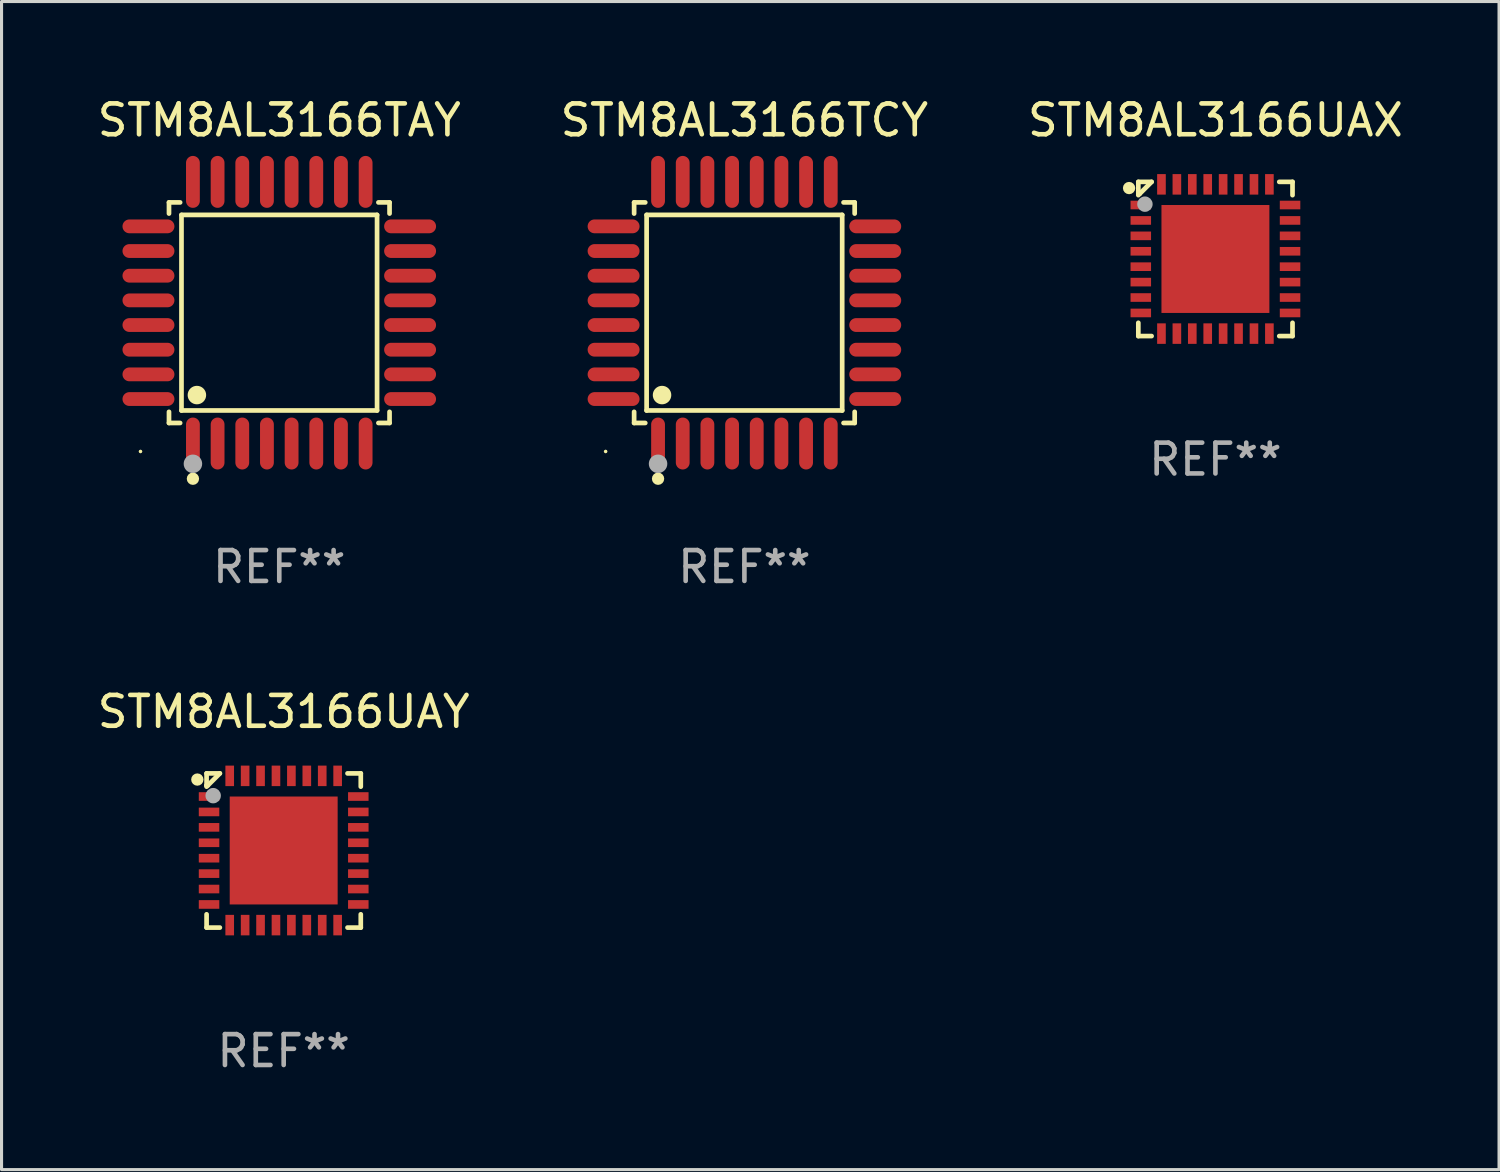
<source format=kicad_pcb>
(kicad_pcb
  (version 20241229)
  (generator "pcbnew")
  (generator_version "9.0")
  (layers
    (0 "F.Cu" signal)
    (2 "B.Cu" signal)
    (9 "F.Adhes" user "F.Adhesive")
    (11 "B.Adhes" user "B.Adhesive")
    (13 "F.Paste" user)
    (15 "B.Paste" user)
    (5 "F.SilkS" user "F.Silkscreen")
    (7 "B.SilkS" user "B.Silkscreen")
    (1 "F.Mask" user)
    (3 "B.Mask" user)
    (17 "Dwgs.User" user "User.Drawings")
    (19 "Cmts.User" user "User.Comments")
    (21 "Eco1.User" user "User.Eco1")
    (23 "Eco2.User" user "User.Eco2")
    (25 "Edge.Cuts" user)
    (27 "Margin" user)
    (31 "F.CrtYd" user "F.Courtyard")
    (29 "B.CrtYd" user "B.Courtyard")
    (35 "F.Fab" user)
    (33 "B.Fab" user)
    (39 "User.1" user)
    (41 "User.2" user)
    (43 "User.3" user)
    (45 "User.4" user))
  (footprint "STM8AL3166UAX"
    (layer "F.Cu")
    (at 36.363 5.348)
    (property "Reference" "STM8AL3166UAX" (at 0 -4.5 0) (layer "F.SilkS") (effects (font (size 1 1) (thickness 0.15))))
    (attr through_hole)
    (fp_line (start -2.5 -2.5) (end -2.07 -2.5) (stroke (width 0.152) (type solid)) (layer "F.SilkS"))
    (fp_line (start -2.5 -2.11) (end -2.5 -2.5) (stroke (width 0.152) (type solid)) (layer "F.SilkS"))
    (fp_line (start -2.5 -2.11) (end -2.5 -2.07) (stroke (width 0.152) (type solid)) (layer "F.SilkS"))
    (fp_line (start -2.5 -2.11) (end -2.46 -2.11) (stroke (width 0.152) (type solid)) (layer "F.SilkS"))
    (fp_line (start -2.5 2.5) (end -2.5 2.07) (stroke (width 0.152) (type solid)) (layer "F.SilkS"))
    (fp_line (start -2.46 -2.11) (end -2.07 -2.5) (stroke (width 0.152) (type solid)) (layer "F.SilkS"))
    (fp_line (start -2.07 2.5) (end -2.5 2.5) (stroke (width 0.152) (type solid)) (layer "F.SilkS"))
    (fp_line (start 2.07 -2.5) (end 2.5 -2.5) (stroke (width 0.152) (type solid)) (layer "F.SilkS"))
    (fp_line (start 2.5 -2.5) (end 2.5 -2.07) (stroke (width 0.152) (type solid)) (layer "F.SilkS"))
    (fp_line (start 2.5 2.07) (end 2.5 2.5) (stroke (width 0.152) (type solid)) (layer "F.SilkS"))
    (fp_line (start 2.5 2.5) (end 2.07 2.5) (stroke (width 0.152) (type solid)) (layer "F.SilkS"))
    (fp_circle (center -2.8 -2.3) (end -2.7 -2.3) (stroke (width 0.2) (type solid)) (fill no) (layer "F.SilkS"))
    (fp_circle (center -2.5 -2.5) (end -2.47 -2.5) (stroke (width 0.06) (type solid)) (fill no) (layer "F.SilkS"))
    (fp_circle (center -2.286 -1.778) (end -2.161 -1.778) (stroke (width 0.25) (type solid)) (fill no) (layer "F.Fab"))
    (fp_text user "REF**" (at 0 6.5 0) (layer "F.Fab") (effects (font (size 1 1) (thickness 0.15))))
    (pad "1" smd rect (at -2.42 -1.75 270) (size 0.28 0.665) (layers "F.Cu" "F.Mask" "F.Paste"))
    (pad "2" smd rect (at -2.42 -1.25 270) (size 0.28 0.665) (layers "F.Cu" "F.Mask" "F.Paste"))
    (pad "3" smd rect (at -2.42 -0.75 270) (size 0.28 0.665) (layers "F.Cu" "F.Mask" "F.Paste"))
    (pad "4" smd rect (at -2.42 -0.25 270) (size 0.28 0.665) (layers "F.Cu" "F.Mask" "F.Paste"))
    (pad "5" smd rect (at -2.42 0.25 270) (size 0.28 0.665) (layers "F.Cu" "F.Mask" "F.Paste"))
    (pad "6" smd rect (at -2.42 0.75 270) (size 0.28 0.665) (layers "F.Cu" "F.Mask" "F.Paste"))
    (pad "7" smd rect (at -2.42 1.25 270) (size 0.28 0.665) (layers "F.Cu" "F.Mask" "F.Paste"))
    (pad "8" smd rect (at -2.42 1.75 270) (size 0.28 0.665) (layers "F.Cu" "F.Mask" "F.Paste"))
    (pad "9" smd rect (at -1.75 2.42 270) (size 0.665 0.28) (layers "F.Cu" "F.Mask" "F.Paste"))
    (pad "10" smd rect (at -1.25 2.42 270) (size 0.665 0.28) (layers "F.Cu" "F.Mask" "F.Paste"))
    (pad "11" smd rect (at -0.75 2.42 270) (size 0.665 0.28) (layers "F.Cu" "F.Mask" "F.Paste"))
    (pad "12" smd rect (at -0.25 2.42 270) (size 0.665 0.28) (layers "F.Cu" "F.Mask" "F.Paste"))
    (pad "13" smd rect (at 0.25 2.42 270) (size 0.665 0.28) (layers "F.Cu" "F.Mask" "F.Paste"))
    (pad "14" smd rect (at 0.75 2.42 270) (size 0.665 0.28) (layers "F.Cu" "F.Mask" "F.Paste"))
    (pad "15" smd rect (at 1.25 2.42 270) (size 0.665 0.28) (layers "F.Cu" "F.Mask" "F.Paste"))
    (pad "16" smd rect (at 1.75 2.42 270) (size 0.665 0.28) (layers "F.Cu" "F.Mask" "F.Paste"))
    (pad "17" smd rect (at 2.42 1.75 270) (size 0.28 0.665) (layers "F.Cu" "F.Mask" "F.Paste"))
    (pad "18" smd rect (at 2.42 1.25 270) (size 0.28 0.665) (layers "F.Cu" "F.Mask" "F.Paste"))
    (pad "19" smd rect (at 2.42 0.75 270) (size 0.28 0.665) (layers "F.Cu" "F.Mask" "F.Paste"))
    (pad "20" smd rect (at 2.42 0.25 270) (size 0.28 0.665) (layers "F.Cu" "F.Mask" "F.Paste"))
    (pad "21" smd rect (at 2.42 -0.25 270) (size 0.28 0.665) (layers "F.Cu" "F.Mask" "F.Paste"))
    (pad "22" smd rect (at 2.42 -0.75 270) (size 0.28 0.665) (layers "F.Cu" "F.Mask" "F.Paste"))
    (pad "23" smd rect (at 2.42 -1.25 270) (size 0.28 0.665) (layers "F.Cu" "F.Mask" "F.Paste"))
    (pad "24" smd rect (at 2.42 -1.75 270) (size 0.28 0.665) (layers "F.Cu" "F.Mask" "F.Paste"))
    (pad "25" smd rect (at 1.75 -2.42 270) (size 0.665 0.28) (layers "F.Cu" "F.Mask" "F.Paste"))
    (pad "26" smd rect (at 1.25 -2.42 270) (size 0.665 0.28) (layers "F.Cu" "F.Mask" "F.Paste"))
    (pad "27" smd rect (at 0.75 -2.42 270) (size 0.665 0.28) (layers "F.Cu" "F.Mask" "F.Paste"))
    (pad "28" smd rect (at 0.25 -2.42 270) (size 0.665 0.28) (layers "F.Cu" "F.Mask" "F.Paste"))
    (pad "29" smd rect (at -0.25 -2.42 270) (size 0.665 0.28) (layers "F.Cu" "F.Mask" "F.Paste"))
    (pad "30" smd rect (at -0.75 -2.42 270) (size 0.665 0.28) (layers "F.Cu" "F.Mask" "F.Paste"))
    (pad "31" smd rect (at -1.25 -2.42 270) (size 0.665 0.28) (layers "F.Cu" "F.Mask" "F.Paste"))
    (pad "32" smd rect (at -1.75 -2.42 270) (size 0.665 0.28) (layers "F.Cu" "F.Mask" "F.Paste"))
    (pad "33" smd rect (at 0 0 270) (size 3.5 3.5) (layers "F.Cu" "F.Mask" "F.Paste")))
  (footprint "STM8AL3166TAY"
    (layer "F.Cu")
    (at 6.006 7.09)
    (property "Reference" "STM8AL3166TAY" (at 0 -6.242 0) (layer "F.SilkS") (effects (font (size 1 1) (thickness 0.15))))
    (attr through_hole)
    (fp_line (start -3.576 -3.576) (end -3.215 -3.576) (stroke (width 0.152) (type solid)) (layer "F.SilkS"))
    (fp_line (start -3.576 -3.215) (end -3.576 -3.576) (stroke (width 0.152) (type solid)) (layer "F.SilkS"))
    (fp_line (start -3.576 3.215) (end -3.576 3.576) (stroke (width 0.152) (type solid)) (layer "F.SilkS"))
    (fp_line (start -3.576 3.576) (end -3.215 3.576) (stroke (width 0.152) (type solid)) (layer "F.SilkS"))
    (fp_line (start -3.171 -3.171) (end 3.171 -3.171) (stroke (width 0.152) (type solid)) (layer "F.SilkS"))
    (fp_line (start -3.171 3.171) (end -3.171 -3.171) (stroke (width 0.152) (type solid)) (layer "F.SilkS"))
    (fp_line (start 3.171 -3.171) (end 3.171 3.171) (stroke (width 0.152) (type solid)) (layer "F.SilkS"))
    (fp_line (start 3.171 3.171) (end -3.171 3.171) (stroke (width 0.152) (type solid)) (layer "F.SilkS"))
    (fp_line (start 3.576 -3.576) (end 3.215 -3.576) (stroke (width 0.152) (type solid)) (layer "F.SilkS"))
    (fp_line (start 3.576 -3.215) (end 3.576 -3.576) (stroke (width 0.152) (type solid)) (layer "F.SilkS"))
    (fp_line (start 3.576 3.215) (end 3.576 3.576) (stroke (width 0.152) (type solid)) (layer "F.SilkS"))
    (fp_line (start 3.576 3.576) (end 3.215 3.576) (stroke (width 0.152) (type solid)) (layer "F.SilkS"))
    (fp_circle (center -4.5 4.5) (end -4.47 4.5) (stroke (width 0.06) (type solid)) (fill no) (layer "F.SilkS"))
    (fp_circle (center -2.8 5.384) (end -2.7 5.384) (stroke (width 0.2) (type solid)) (fill no) (layer "F.SilkS"))
    (fp_circle (center -2.671 2.671) (end -2.521 2.671) (stroke (width 0.3) (type solid)) (fill no) (layer "F.SilkS"))
    (fp_circle (center -2.8 4.9) (end -2.65 4.9) (stroke (width 0.3) (type solid)) (fill no) (layer "F.Fab"))
    (fp_text user "REF**" (at 0 8.242 0) (layer "F.Fab") (effects (font (size 1 1) (thickness 0.15))))
    (pad "1" smd oval (at -2.8 4.242) (size 0.448 1.684) (layers "F.Cu" "F.Mask" "F.Paste"))
    (pad "2" smd oval (at -2 4.242) (size 0.448 1.684) (layers "F.Cu" "F.Mask" "F.Paste"))
    (pad "3" smd oval (at -1.2 4.242) (size 0.448 1.684) (layers "F.Cu" "F.Mask" "F.Paste"))
    (pad "4" smd oval (at -0.4 4.242) (size 0.448 1.684) (layers "F.Cu" "F.Mask" "F.Paste"))
    (pad "5" smd oval (at 0.4 4.242) (size 0.448 1.684) (layers "F.Cu" "F.Mask" "F.Paste"))
    (pad "6" smd oval (at 1.2 4.242) (size 0.448 1.684) (layers "F.Cu" "F.Mask" "F.Paste"))
    (pad "7" smd oval (at 2 4.242) (size 0.448 1.684) (layers "F.Cu" "F.Mask" "F.Paste"))
    (pad "8" smd oval (at 2.8 4.242) (size 0.448 1.684) (layers "F.Cu" "F.Mask" "F.Paste"))
    (pad "9" smd oval (at 4.242 2.8) (size 1.684 0.448) (layers "F.Cu" "F.Mask" "F.Paste"))
    (pad "10" smd oval (at 4.242 2) (size 1.684 0.448) (layers "F.Cu" "F.Mask" "F.Paste"))
    (pad "11" smd oval (at 4.242 1.2) (size 1.684 0.448) (layers "F.Cu" "F.Mask" "F.Paste"))
    (pad "12" smd oval (at 4.242 0.4) (size 1.684 0.448) (layers "F.Cu" "F.Mask" "F.Paste"))
    (pad "13" smd oval (at 4.242 -0.4) (size 1.684 0.448) (layers "F.Cu" "F.Mask" "F.Paste"))
    (pad "14" smd oval (at 4.242 -1.2) (size 1.684 0.448) (layers "F.Cu" "F.Mask" "F.Paste"))
    (pad "15" smd oval (at 4.242 -2) (size 1.684 0.448) (layers "F.Cu" "F.Mask" "F.Paste"))
    (pad "16" smd oval (at 4.242 -2.8) (size 1.684 0.448) (layers "F.Cu" "F.Mask" "F.Paste"))
    (pad "17" smd oval (at 2.8 -4.242) (size 0.448 1.684) (layers "F.Cu" "F.Mask" "F.Paste"))
    (pad "18" smd oval (at 2 -4.242) (size 0.448 1.684) (layers "F.Cu" "F.Mask" "F.Paste"))
    (pad "19" smd oval (at 1.2 -4.242) (size 0.448 1.684) (layers "F.Cu" "F.Mask" "F.Paste"))
    (pad "20" smd oval (at 0.4 -4.242) (size 0.448 1.684) (layers "F.Cu" "F.Mask" "F.Paste"))
    (pad "21" smd oval (at -0.4 -4.242) (size 0.448 1.684) (layers "F.Cu" "F.Mask" "F.Paste"))
    (pad "22" smd oval (at -1.2 -4.242) (size 0.448 1.684) (layers "F.Cu" "F.Mask" "F.Paste"))
    (pad "23" smd oval (at -2 -4.242) (size 0.448 1.684) (layers "F.Cu" "F.Mask" "F.Paste"))
    (pad "24" smd oval (at -2.8 -4.242) (size 0.448 1.684) (layers "F.Cu" "F.Mask" "F.Paste"))
    (pad "25" smd oval (at -4.242 -2.8) (size 1.684 0.448) (layers "F.Cu" "F.Mask" "F.Paste"))
    (pad "26" smd oval (at -4.242 -2) (size 1.684 0.448) (layers "F.Cu" "F.Mask" "F.Paste"))
    (pad "27" smd oval (at -4.242 -1.2) (size 1.684 0.448) (layers "F.Cu" "F.Mask" "F.Paste"))
    (pad "28" smd oval (at -4.242 -0.4) (size 1.684 0.448) (layers "F.Cu" "F.Mask" "F.Paste"))
    (pad "29" smd oval (at -4.242 0.4) (size 1.684 0.448) (layers "F.Cu" "F.Mask" "F.Paste"))
    (pad "30" smd oval (at -4.242 1.2) (size 1.684 0.448) (layers "F.Cu" "F.Mask" "F.Paste"))
    (pad "31" smd oval (at -4.242 2) (size 1.684 0.448) (layers "F.Cu" "F.Mask" "F.Paste"))
    (pad "32" smd oval (at -4.242 2.8) (size 1.684 0.448) (layers "F.Cu" "F.Mask" "F.Paste")))
  (footprint "STM8AL3166TCY"
    (layer "F.Cu")
    (at 21.089 7.09)
    (property "Reference" "STM8AL3166TCY" (at 0 -6.242 0) (layer "F.SilkS") (effects (font (size 1 1) (thickness 0.15))))
    (attr through_hole)
    (fp_line (start -3.576 -3.576) (end -3.215 -3.576) (stroke (width 0.152) (type solid)) (layer "F.SilkS"))
    (fp_line (start -3.576 -3.215) (end -3.576 -3.576) (stroke (width 0.152) (type solid)) (layer "F.SilkS"))
    (fp_line (start -3.576 3.215) (end -3.576 3.576) (stroke (width 0.152) (type solid)) (layer "F.SilkS"))
    (fp_line (start -3.576 3.576) (end -3.215 3.576) (stroke (width 0.152) (type solid)) (layer "F.SilkS"))
    (fp_line (start -3.171 -3.171) (end 3.171 -3.171) (stroke (width 0.152) (type solid)) (layer "F.SilkS"))
    (fp_line (start -3.171 3.171) (end -3.171 -3.171) (stroke (width 0.152) (type solid)) (layer "F.SilkS"))
    (fp_line (start 3.171 -3.171) (end 3.171 3.171) (stroke (width 0.152) (type solid)) (layer "F.SilkS"))
    (fp_line (start 3.171 3.171) (end -3.171 3.171) (stroke (width 0.152) (type solid)) (layer "F.SilkS"))
    (fp_line (start 3.576 -3.576) (end 3.215 -3.576) (stroke (width 0.152) (type solid)) (layer "F.SilkS"))
    (fp_line (start 3.576 -3.215) (end 3.576 -3.576) (stroke (width 0.152) (type solid)) (layer "F.SilkS"))
    (fp_line (start 3.576 3.215) (end 3.576 3.576) (stroke (width 0.152) (type solid)) (layer "F.SilkS"))
    (fp_line (start 3.576 3.576) (end 3.215 3.576) (stroke (width 0.152) (type solid)) (layer "F.SilkS"))
    (fp_circle (center -4.5 4.5) (end -4.47 4.5) (stroke (width 0.06) (type solid)) (fill no) (layer "F.SilkS"))
    (fp_circle (center -2.8 5.384) (end -2.7 5.384) (stroke (width 0.2) (type solid)) (fill no) (layer "F.SilkS"))
    (fp_circle (center -2.671 2.671) (end -2.521 2.671) (stroke (width 0.3) (type solid)) (fill no) (layer "F.SilkS"))
    (fp_circle (center -2.8 4.9) (end -2.65 4.9) (stroke (width 0.3) (type solid)) (fill no) (layer "F.Fab"))
    (fp_text user "REF**" (at 0 8.242 0) (layer "F.Fab") (effects (font (size 1 1) (thickness 0.15))))
    (pad "1" smd oval (at -2.8 4.242) (size 0.448 1.684) (layers "F.Cu" "F.Mask" "F.Paste"))
    (pad "2" smd oval (at -2 4.242) (size 0.448 1.684) (layers "F.Cu" "F.Mask" "F.Paste"))
    (pad "3" smd oval (at -1.2 4.242) (size 0.448 1.684) (layers "F.Cu" "F.Mask" "F.Paste"))
    (pad "4" smd oval (at -0.4 4.242) (size 0.448 1.684) (layers "F.Cu" "F.Mask" "F.Paste"))
    (pad "5" smd oval (at 0.4 4.242) (size 0.448 1.684) (layers "F.Cu" "F.Mask" "F.Paste"))
    (pad "6" smd oval (at 1.2 4.242) (size 0.448 1.684) (layers "F.Cu" "F.Mask" "F.Paste"))
    (pad "7" smd oval (at 2 4.242) (size 0.448 1.684) (layers "F.Cu" "F.Mask" "F.Paste"))
    (pad "8" smd oval (at 2.8 4.242) (size 0.448 1.684) (layers "F.Cu" "F.Mask" "F.Paste"))
    (pad "9" smd oval (at 4.242 2.8) (size 1.684 0.448) (layers "F.Cu" "F.Mask" "F.Paste"))
    (pad "10" smd oval (at 4.242 2) (size 1.684 0.448) (layers "F.Cu" "F.Mask" "F.Paste"))
    (pad "11" smd oval (at 4.242 1.2) (size 1.684 0.448) (layers "F.Cu" "F.Mask" "F.Paste"))
    (pad "12" smd oval (at 4.242 0.4) (size 1.684 0.448) (layers "F.Cu" "F.Mask" "F.Paste"))
    (pad "13" smd oval (at 4.242 -0.4) (size 1.684 0.448) (layers "F.Cu" "F.Mask" "F.Paste"))
    (pad "14" smd oval (at 4.242 -1.2) (size 1.684 0.448) (layers "F.Cu" "F.Mask" "F.Paste"))
    (pad "15" smd oval (at 4.242 -2) (size 1.684 0.448) (layers "F.Cu" "F.Mask" "F.Paste"))
    (pad "16" smd oval (at 4.242 -2.8) (size 1.684 0.448) (layers "F.Cu" "F.Mask" "F.Paste"))
    (pad "17" smd oval (at 2.8 -4.242) (size 0.448 1.684) (layers "F.Cu" "F.Mask" "F.Paste"))
    (pad "18" smd oval (at 2 -4.242) (size 0.448 1.684) (layers "F.Cu" "F.Mask" "F.Paste"))
    (pad "19" smd oval (at 1.2 -4.242) (size 0.448 1.684) (layers "F.Cu" "F.Mask" "F.Paste"))
    (pad "20" smd oval (at 0.4 -4.242) (size 0.448 1.684) (layers "F.Cu" "F.Mask" "F.Paste"))
    (pad "21" smd oval (at -0.4 -4.242) (size 0.448 1.684) (layers "F.Cu" "F.Mask" "F.Paste"))
    (pad "22" smd oval (at -1.2 -4.242) (size 0.448 1.684) (layers "F.Cu" "F.Mask" "F.Paste"))
    (pad "23" smd oval (at -2 -4.242) (size 0.448 1.684) (layers "F.Cu" "F.Mask" "F.Paste"))
    (pad "24" smd oval (at -2.8 -4.242) (size 0.448 1.684) (layers "F.Cu" "F.Mask" "F.Paste"))
    (pad "25" smd oval (at -4.242 -2.8) (size 1.684 0.448) (layers "F.Cu" "F.Mask" "F.Paste"))
    (pad "26" smd oval (at -4.242 -2) (size 1.684 0.448) (layers "F.Cu" "F.Mask" "F.Paste"))
    (pad "27" smd oval (at -4.242 -1.2) (size 1.684 0.448) (layers "F.Cu" "F.Mask" "F.Paste"))
    (pad "28" smd oval (at -4.242 -0.4) (size 1.684 0.448) (layers "F.Cu" "F.Mask" "F.Paste"))
    (pad "29" smd oval (at -4.242 0.4) (size 1.684 0.448) (layers "F.Cu" "F.Mask" "F.Paste"))
    (pad "30" smd oval (at -4.242 1.2) (size 1.684 0.448) (layers "F.Cu" "F.Mask" "F.Paste"))
    (pad "31" smd oval (at -4.242 2) (size 1.684 0.448) (layers "F.Cu" "F.Mask" "F.Paste"))
    (pad "32" smd oval (at -4.242 2.8) (size 1.684 0.448) (layers "F.Cu" "F.Mask" "F.Paste")))
  (footprint "STM8AL3166UAY"
    (layer "F.Cu")
    (at 6.149 24.529)
    (property "Reference" "STM8AL3166UAY" (at 0 -4.5 0) (layer "F.SilkS") (effects (font (size 1 1) (thickness 0.15))))
    (attr through_hole)
    (fp_line (start -2.5 -2.5) (end -2.07 -2.5) (stroke (width 0.152) (type solid)) (layer "F.SilkS"))
    (fp_line (start -2.5 -2.11) (end -2.5 -2.5) (stroke (width 0.152) (type solid)) (layer "F.SilkS"))
    (fp_line (start -2.5 -2.11) (end -2.5 -2.07) (stroke (width 0.152) (type solid)) (layer "F.SilkS"))
    (fp_line (start -2.5 -2.11) (end -2.46 -2.11) (stroke (width 0.152) (type solid)) (layer "F.SilkS"))
    (fp_line (start -2.5 2.5) (end -2.5 2.07) (stroke (width 0.152) (type solid)) (layer "F.SilkS"))
    (fp_line (start -2.46 -2.11) (end -2.07 -2.5) (stroke (width 0.152) (type solid)) (layer "F.SilkS"))
    (fp_line (start -2.07 2.5) (end -2.5 2.5) (stroke (width 0.152) (type solid)) (layer "F.SilkS"))
    (fp_line (start 2.07 -2.5) (end 2.5 -2.5) (stroke (width 0.152) (type solid)) (layer "F.SilkS"))
    (fp_line (start 2.5 -2.5) (end 2.5 -2.07) (stroke (width 0.152) (type solid)) (layer "F.SilkS"))
    (fp_line (start 2.5 2.07) (end 2.5 2.5) (stroke (width 0.152) (type solid)) (layer "F.SilkS"))
    (fp_line (start 2.5 2.5) (end 2.07 2.5) (stroke (width 0.152) (type solid)) (layer "F.SilkS"))
    (fp_circle (center -2.8 -2.3) (end -2.7 -2.3) (stroke (width 0.2) (type solid)) (fill no) (layer "F.SilkS"))
    (fp_circle (center -2.5 -2.5) (end -2.47 -2.5) (stroke (width 0.06) (type solid)) (fill no) (layer "F.SilkS"))
    (fp_circle (center -2.286 -1.778) (end -2.161 -1.778) (stroke (width 0.25) (type solid)) (fill no) (layer "F.Fab"))
    (fp_text user "REF**" (at 0 6.5 0) (layer "F.Fab") (effects (font (size 1 1) (thickness 0.15))))
    (pad "1" smd rect (at -2.42 -1.75 270) (size 0.28 0.665) (layers "F.Cu" "F.Mask" "F.Paste"))
    (pad "2" smd rect (at -2.42 -1.25 270) (size 0.28 0.665) (layers "F.Cu" "F.Mask" "F.Paste"))
    (pad "3" smd rect (at -2.42 -0.75 270) (size 0.28 0.665) (layers "F.Cu" "F.Mask" "F.Paste"))
    (pad "4" smd rect (at -2.42 -0.25 270) (size 0.28 0.665) (layers "F.Cu" "F.Mask" "F.Paste"))
    (pad "5" smd rect (at -2.42 0.25 270) (size 0.28 0.665) (layers "F.Cu" "F.Mask" "F.Paste"))
    (pad "6" smd rect (at -2.42 0.75 270) (size 0.28 0.665) (layers "F.Cu" "F.Mask" "F.Paste"))
    (pad "7" smd rect (at -2.42 1.25 270) (size 0.28 0.665) (layers "F.Cu" "F.Mask" "F.Paste"))
    (pad "8" smd rect (at -2.42 1.75 270) (size 0.28 0.665) (layers "F.Cu" "F.Mask" "F.Paste"))
    (pad "9" smd rect (at -1.75 2.42 270) (size 0.665 0.28) (layers "F.Cu" "F.Mask" "F.Paste"))
    (pad "10" smd rect (at -1.25 2.42 270) (size 0.665 0.28) (layers "F.Cu" "F.Mask" "F.Paste"))
    (pad "11" smd rect (at -0.75 2.42 270) (size 0.665 0.28) (layers "F.Cu" "F.Mask" "F.Paste"))
    (pad "12" smd rect (at -0.25 2.42 270) (size 0.665 0.28) (layers "F.Cu" "F.Mask" "F.Paste"))
    (pad "13" smd rect (at 0.25 2.42 270) (size 0.665 0.28) (layers "F.Cu" "F.Mask" "F.Paste"))
    (pad "14" smd rect (at 0.75 2.42 270) (size 0.665 0.28) (layers "F.Cu" "F.Mask" "F.Paste"))
    (pad "15" smd rect (at 1.25 2.42 270) (size 0.665 0.28) (layers "F.Cu" "F.Mask" "F.Paste"))
    (pad "16" smd rect (at 1.75 2.42 270) (size 0.665 0.28) (layers "F.Cu" "F.Mask" "F.Paste"))
    (pad "17" smd rect (at 2.42 1.75 270) (size 0.28 0.665) (layers "F.Cu" "F.Mask" "F.Paste"))
    (pad "18" smd rect (at 2.42 1.25 270) (size 0.28 0.665) (layers "F.Cu" "F.Mask" "F.Paste"))
    (pad "19" smd rect (at 2.42 0.75 270) (size 0.28 0.665) (layers "F.Cu" "F.Mask" "F.Paste"))
    (pad "20" smd rect (at 2.42 0.25 270) (size 0.28 0.665) (layers "F.Cu" "F.Mask" "F.Paste"))
    (pad "21" smd rect (at 2.42 -0.25 270) (size 0.28 0.665) (layers "F.Cu" "F.Mask" "F.Paste"))
    (pad "22" smd rect (at 2.42 -0.75 270) (size 0.28 0.665) (layers "F.Cu" "F.Mask" "F.Paste"))
    (pad "23" smd rect (at 2.42 -1.25 270) (size 0.28 0.665) (layers "F.Cu" "F.Mask" "F.Paste"))
    (pad "24" smd rect (at 2.42 -1.75 270) (size 0.28 0.665) (layers "F.Cu" "F.Mask" "F.Paste"))
    (pad "25" smd rect (at 1.75 -2.42 270) (size 0.665 0.28) (layers "F.Cu" "F.Mask" "F.Paste"))
    (pad "26" smd rect (at 1.25 -2.42 270) (size 0.665 0.28) (layers "F.Cu" "F.Mask" "F.Paste"))
    (pad "27" smd rect (at 0.75 -2.42 270) (size 0.665 0.28) (layers "F.Cu" "F.Mask" "F.Paste"))
    (pad "28" smd rect (at 0.25 -2.42 270) (size 0.665 0.28) (layers "F.Cu" "F.Mask" "F.Paste"))
    (pad "29" smd rect (at -0.25 -2.42 270) (size 0.665 0.28) (layers "F.Cu" "F.Mask" "F.Paste"))
    (pad "30" smd rect (at -0.75 -2.42 270) (size 0.665 0.28) (layers "F.Cu" "F.Mask" "F.Paste"))
    (pad "31" smd rect (at -1.25 -2.42 270) (size 0.665 0.28) (layers "F.Cu" "F.Mask" "F.Paste"))
    (pad "32" smd rect (at -1.75 -2.42 270) (size 0.665 0.28) (layers "F.Cu" "F.Mask" "F.Paste"))
    (pad "33" smd rect (at 0 0 270) (size 3.5 3.5) (layers "F.Cu" "F.Mask" "F.Paste")))
  (gr_rect
    (start -3 -3)
    (end 45.56 34.877)
    (stroke (width 0.1) (type default))
    (fill no)
    (layer "Edge.Cuts")))
</source>
